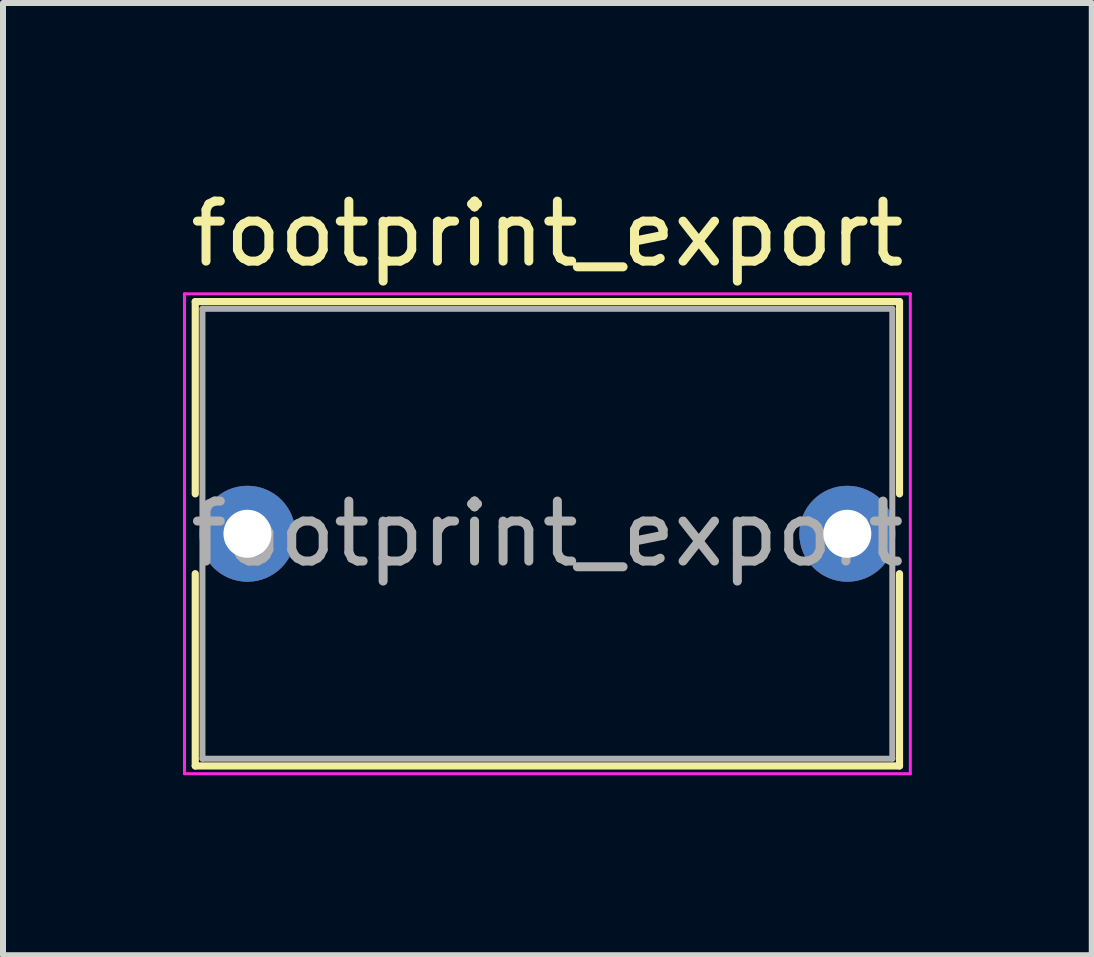
<source format=kicad_pcb>
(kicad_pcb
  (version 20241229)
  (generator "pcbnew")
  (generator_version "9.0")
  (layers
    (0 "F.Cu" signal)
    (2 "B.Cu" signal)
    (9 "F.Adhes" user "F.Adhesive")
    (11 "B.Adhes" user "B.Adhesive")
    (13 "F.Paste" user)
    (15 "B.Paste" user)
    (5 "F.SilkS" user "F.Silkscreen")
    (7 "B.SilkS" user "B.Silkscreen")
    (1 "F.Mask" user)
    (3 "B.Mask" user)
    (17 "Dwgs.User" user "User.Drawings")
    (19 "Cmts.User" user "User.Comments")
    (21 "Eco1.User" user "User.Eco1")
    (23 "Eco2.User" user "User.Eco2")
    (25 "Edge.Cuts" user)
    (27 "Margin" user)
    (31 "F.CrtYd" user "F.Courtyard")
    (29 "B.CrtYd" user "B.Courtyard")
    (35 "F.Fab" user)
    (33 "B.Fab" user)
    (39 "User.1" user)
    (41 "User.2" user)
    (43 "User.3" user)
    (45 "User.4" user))
  (footprint "footprint_export"
    (layer "F.Cu")
    (at 1.075 5.848)
    (property "Reference" "footprint_export" (at 5 -5 0) (layer "F.SilkS") (effects (font (size 1 1) (thickness 0.15))))
    (attr through_hole)
    (fp_line (start -0.87 -3.87) (end -0.87 -0.665) (stroke (width 0.12) (type solid)) (layer "F.SilkS"))
    (fp_line (start -0.87 -3.87) (end 10.87 -3.87) (stroke (width 0.12) (type solid)) (layer "F.SilkS"))
    (fp_line (start -0.87 0.665) (end -0.87 3.87) (stroke (width 0.12) (type solid)) (layer "F.SilkS"))
    (fp_line (start -0.87 3.87) (end 10.87 3.87) (stroke (width 0.12) (type solid)) (layer "F.SilkS"))
    (fp_line (start 10.87 -3.87) (end 10.87 -0.665) (stroke (width 0.12) (type solid)) (layer "F.SilkS"))
    (fp_line (start 10.87 0.665) (end 10.87 3.87) (stroke (width 0.12) (type solid)) (layer "F.SilkS"))
    (fp_line (start -1.05 -4) (end -1.05 4) (stroke (width 0.05) (type solid)) (layer "F.CrtYd"))
    (fp_line (start -1.05 4) (end 11.05 4) (stroke (width 0.05) (type solid)) (layer "F.CrtYd"))
    (fp_line (start 11.05 -4) (end -1.05 -4) (stroke (width 0.05) (type solid)) (layer "F.CrtYd"))
    (fp_line (start 11.05 4) (end 11.05 -4) (stroke (width 0.05) (type solid)) (layer "F.CrtYd"))
    (fp_line (start -0.75 -3.75) (end -0.75 3.75) (stroke (width 0.1) (type solid)) (layer "F.Fab"))
    (fp_line (start -0.75 3.75) (end 10.75 3.75) (stroke (width 0.1) (type solid)) (layer "F.Fab"))
    (fp_line (start 10.75 -3.75) (end -0.75 -3.75) (stroke (width 0.1) (type solid)) (layer "F.Fab"))
    (fp_line (start 10.75 3.75) (end 10.75 -3.75) (stroke (width 0.1) (type solid)) (layer "F.Fab"))
    (fp_text user "${REFERENCE}" (at 5 0 0) (layer "F.Fab") (effects (font (size 1 1) (thickness 0.15))))
    (pad "1" thru_hole circle (at 0 0) (size 1.6 1.6) (drill 0.8) (layers "*.Cu" "*.Mask"))
    (pad "2" thru_hole circle (at 10 0) (size 1.6 1.6) (drill 0.8) (layers "*.Cu" "*.Mask")))
  (gr_rect
    (start -3 -3)
    (end 15.15 12.873)
    (stroke (width 0.1) (type default))
    (fill no)
    (layer "Edge.Cuts")))
</source>
